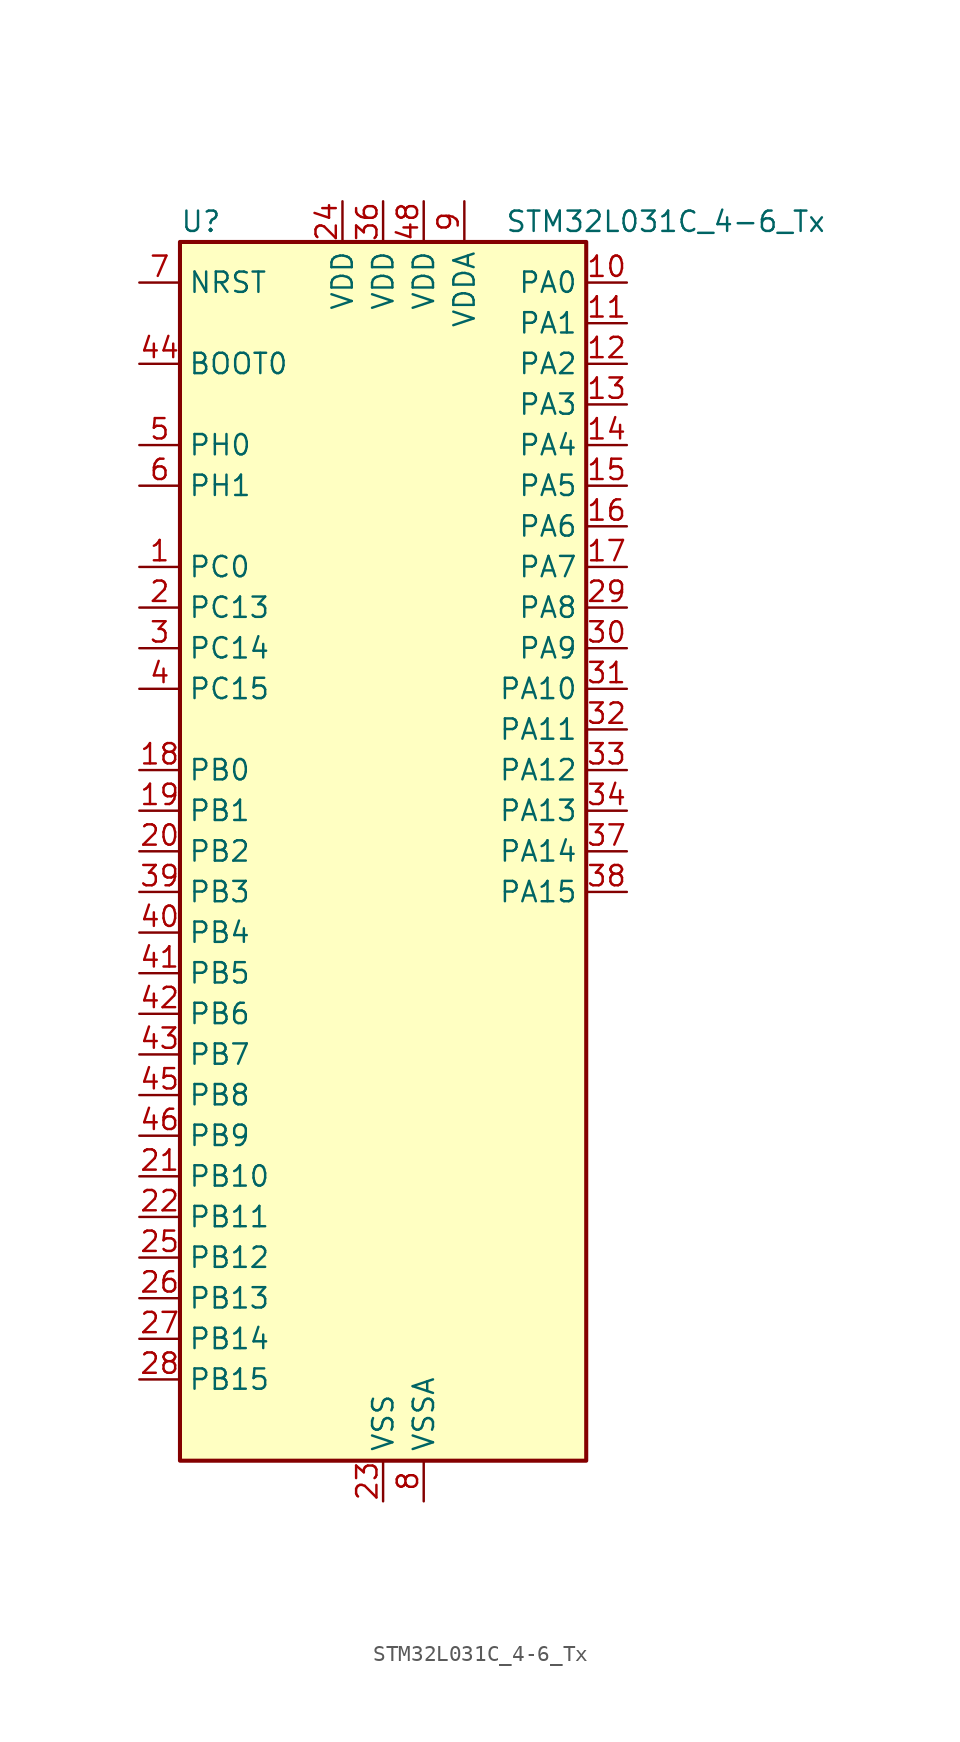
<source format=kicad_sym>
(kicad_symbol_lib
  (version 20220914)
  (generator kicad_symbol_editor)
  (symbol "STM32L031C_4-6_Tx"
    (property "Reference" "U"
      (at -12.7 39.37 0)
      (effects (font (size 1.27 1.27)) (justify left)))
    (property "Value" "STM32L031C_4-6_Tx"
      (at 7.62 39.37 0)
      (effects (font (size 1.27 1.27)) (justify left)))
    (property "ki_locked" ""
      (at 0 0 0)
      (effects (font (size 1.27 1.27))))
    (symbol "STM32L031C_4-6_Tx_0_1"
      (rectangle (start -12.7 -38.1) (end 12.7 38.1) (stroke (width 0.254) (type default)) (fill (type background))))
    (symbol "STM32L031C_4-6_Tx_1_1"
      (pin bidirectional line (at -15.24 17.78 0) (length 2.54) (name "PC0" (effects (font (size 1.27 1.27)))) (number "1" (effects (font (size 1.27 1.27)))) (alternate "LPTIM1_IN1" bidirectional line) (alternate "LPUART1_RX" bidirectional line))
      (pin bidirectional line (at 15.24 35.56 180) (length 2.54) (name "PA0" (effects (font (size 1.27 1.27)))) (number "10" (effects (font (size 1.27 1.27)))) (alternate "ADC_IN0" bidirectional line) (alternate "COMP1_INM" bidirectional line) (alternate "COMP1_OUT" bidirectional line) (alternate "LPTIM1_IN1" bidirectional line) (alternate "RTC_TAMP2" bidirectional line) (alternate "SYS_WKUP1" bidirectional line) (alternate "TIM2_CH1" bidirectional line) (alternate "TIM2_ETR" bidirectional line) (alternate "USART2_CTS" bidirectional line))
      (pin bidirectional line (at 15.24 33.02 180) (length 2.54) (name "PA1" (effects (font (size 1.27 1.27)))) (number "11" (effects (font (size 1.27 1.27)))) (alternate "ADC_IN1" bidirectional line) (alternate "COMP1_INP" bidirectional line) (alternate "I2C1_SMBA" bidirectional line) (alternate "LPTIM1_IN2" bidirectional line) (alternate "TIM21_ETR" bidirectional line) (alternate "TIM2_CH2" bidirectional line) (alternate "USART2_DE" bidirectional line) (alternate "USART2_RTS" bidirectional line))
      (pin bidirectional line (at 15.24 30.48 180) (length 2.54) (name "PA2" (effects (font (size 1.27 1.27)))) (number "12" (effects (font (size 1.27 1.27)))) (alternate "ADC_IN2" bidirectional line) (alternate "COMP2_INM" bidirectional line) (alternate "COMP2_OUT" bidirectional line) (alternate "LPUART1_TX" bidirectional line) (alternate "RTC_OUT_ALARM" bidirectional line) (alternate "RTC_OUT_CALIB" bidirectional line) (alternate "RTC_TAMP3" bidirectional line) (alternate "RTC_TS" bidirectional line) (alternate "SYS_WKUP3" bidirectional line) (alternate "TIM21_CH1" bidirectional line) (alternate "TIM2_CH3" bidirectional line) (alternate "USART2_TX" bidirectional line))
      (pin bidirectional line (at 15.24 27.94 180) (length 2.54) (name "PA3" (effects (font (size 1.27 1.27)))) (number "13" (effects (font (size 1.27 1.27)))) (alternate "ADC_IN3" bidirectional line) (alternate "COMP2_INP" bidirectional line) (alternate "LPUART1_RX" bidirectional line) (alternate "TIM21_CH2" bidirectional line) (alternate "TIM2_CH4" bidirectional line) (alternate "USART2_RX" bidirectional line))
      (pin bidirectional line (at 15.24 25.4 180) (length 2.54) (name "PA4" (effects (font (size 1.27 1.27)))) (number "14" (effects (font (size 1.27 1.27)))) (alternate "ADC_IN4" bidirectional line) (alternate "COMP1_INM" bidirectional line) (alternate "COMP2_INM" bidirectional line) (alternate "LPTIM1_IN1" bidirectional line) (alternate "SPI1_NSS" bidirectional line) (alternate "TIM22_ETR" bidirectional line) (alternate "USART2_CK" bidirectional line))
      (pin bidirectional line (at 15.24 22.86 180) (length 2.54) (name "PA5" (effects (font (size 1.27 1.27)))) (number "15" (effects (font (size 1.27 1.27)))) (alternate "ADC_IN5" bidirectional line) (alternate "COMP1_INM" bidirectional line) (alternate "COMP2_INM" bidirectional line) (alternate "LPTIM1_IN2" bidirectional line) (alternate "SPI1_SCK" bidirectional line) (alternate "TIM2_CH1" bidirectional line) (alternate "TIM2_ETR" bidirectional line))
      (pin bidirectional line (at 15.24 20.32 180) (length 2.54) (name "PA6" (effects (font (size 1.27 1.27)))) (number "16" (effects (font (size 1.27 1.27)))) (alternate "ADC_IN6" bidirectional line) (alternate "COMP1_OUT" bidirectional line) (alternate "LPTIM1_ETR" bidirectional line) (alternate "LPUART1_CTS" bidirectional line) (alternate "SPI1_MISO" bidirectional line) (alternate "TIM22_CH1" bidirectional line))
      (pin bidirectional line (at 15.24 17.78 180) (length 2.54) (name "PA7" (effects (font (size 1.27 1.27)))) (number "17" (effects (font (size 1.27 1.27)))) (alternate "ADC_IN7" bidirectional line) (alternate "COMP2_OUT" bidirectional line) (alternate "LPTIM1_OUT" bidirectional line) (alternate "SPI1_MOSI" bidirectional line) (alternate "TIM22_CH2" bidirectional line) (alternate "USART2_CTS" bidirectional line))
      (pin bidirectional line (at -15.24 5.08 0) (length 2.54) (name "PB0" (effects (font (size 1.27 1.27)))) (number "18" (effects (font (size 1.27 1.27)))) (alternate "ADC_IN8" bidirectional line) (alternate "SPI1_MISO" bidirectional line) (alternate "SYS_VREF_OUT_PB0" bidirectional line) (alternate "TIM2_CH3" bidirectional line) (alternate "USART2_DE" bidirectional line) (alternate "USART2_RTS" bidirectional line))
      (pin bidirectional line (at -15.24 2.54 0) (length 2.54) (name "PB1" (effects (font (size 1.27 1.27)))) (number "19" (effects (font (size 1.27 1.27)))) (alternate "ADC_IN9" bidirectional line) (alternate "LPUART1_DE" bidirectional line) (alternate "LPUART1_RTS" bidirectional line) (alternate "SPI1_MOSI" bidirectional line) (alternate "SYS_VREF_OUT_PB1" bidirectional line) (alternate "TIM2_CH4" bidirectional line) (alternate "USART2_CK" bidirectional line))
      (pin bidirectional line (at -15.24 15.24 0) (length 2.54) (name "PC13" (effects (font (size 1.27 1.27)))) (number "2" (effects (font (size 1.27 1.27)))) (alternate "RTC_TAMP1" bidirectional line) (alternate "SYS_WKUP2" bidirectional line))
      (pin bidirectional line (at -15.24 0 0) (length 2.54) (name "PB2" (effects (font (size 1.27 1.27)))) (number "20" (effects (font (size 1.27 1.27)))) (alternate "LPTIM1_OUT" bidirectional line))
      (pin bidirectional line (at -15.24 -20.32 0) (length 2.54) (name "PB10" (effects (font (size 1.27 1.27)))) (number "21" (effects (font (size 1.27 1.27)))) (alternate "LPUART1_TX" bidirectional line) (alternate "TIM2_CH3" bidirectional line))
      (pin bidirectional line (at -15.24 -22.86 0) (length 2.54) (name "PB11" (effects (font (size 1.27 1.27)))) (number "22" (effects (font (size 1.27 1.27)))) (alternate "ADC_EXTI11" bidirectional line) (alternate "LPUART1_RX" bidirectional line) (alternate "TIM2_CH4" bidirectional line))
      (pin power_in line (at 0 -40.64 90) (length 2.54) (name "VSS" (effects (font (size 1.27 1.27)))) (number "23" (effects (font (size 1.27 1.27)))))
      (pin power_in line (at -2.54 40.64 270) (length 2.54) (name "VDD" (effects (font (size 1.27 1.27)))) (number "24" (effects (font (size 1.27 1.27)))))
      (pin bidirectional line (at -15.24 -25.4 0) (length 2.54) (name "PB12" (effects (font (size 1.27 1.27)))) (number "25" (effects (font (size 1.27 1.27)))) (alternate "SPI1_NSS" bidirectional line))
      (pin bidirectional line (at -15.24 -27.94 0) (length 2.54) (name "PB13" (effects (font (size 1.27 1.27)))) (number "26" (effects (font (size 1.27 1.27)))) (alternate "LPUART1_CTS" bidirectional line) (alternate "RCC_MCO" bidirectional line) (alternate "SPI1_SCK" bidirectional line) (alternate "TIM21_CH1" bidirectional line))
      (pin bidirectional line (at -15.24 -30.48 0) (length 2.54) (name "PB14" (effects (font (size 1.27 1.27)))) (number "27" (effects (font (size 1.27 1.27)))) (alternate "LPUART1_DE" bidirectional line) (alternate "LPUART1_RTS" bidirectional line) (alternate "RTC_OUT_ALARM" bidirectional line) (alternate "RTC_OUT_CALIB" bidirectional line) (alternate "SPI1_MISO" bidirectional line) (alternate "TIM21_CH2" bidirectional line))
      (pin bidirectional line (at -15.24 -33.02 0) (length 2.54) (name "PB15" (effects (font (size 1.27 1.27)))) (number "28" (effects (font (size 1.27 1.27)))) (alternate "RTC_REFIN" bidirectional line) (alternate "SPI1_MOSI" bidirectional line))
      (pin bidirectional line (at 15.24 15.24 180) (length 2.54) (name "PA8" (effects (font (size 1.27 1.27)))) (number "29" (effects (font (size 1.27 1.27)))) (alternate "LPTIM1_IN1" bidirectional line) (alternate "RCC_MCO" bidirectional line) (alternate "TIM2_CH1" bidirectional line) (alternate "USART2_CK" bidirectional line))
      (pin bidirectional line (at -15.24 12.7 0) (length 2.54) (name "PC14" (effects (font (size 1.27 1.27)))) (number "3" (effects (font (size 1.27 1.27)))) (alternate "RCC_OSC32_IN" bidirectional line))
      (pin bidirectional line (at 15.24 12.7 180) (length 2.54) (name "PA9" (effects (font (size 1.27 1.27)))) (number "30" (effects (font (size 1.27 1.27)))) (alternate "I2C1_SCL" bidirectional line) (alternate "RCC_MCO" bidirectional line) (alternate "TIM22_CH1" bidirectional line) (alternate "USART2_TX" bidirectional line))
      (pin bidirectional line (at 15.24 10.16 180) (length 2.54) (name "PA10" (effects (font (size 1.27 1.27)))) (number "31" (effects (font (size 1.27 1.27)))) (alternate "I2C1_SDA" bidirectional line) (alternate "TIM22_CH2" bidirectional line) (alternate "USART2_RX" bidirectional line))
      (pin bidirectional line (at 15.24 7.62 180) (length 2.54) (name "PA11" (effects (font (size 1.27 1.27)))) (number "32" (effects (font (size 1.27 1.27)))) (alternate "ADC_EXTI11" bidirectional line) (alternate "COMP1_OUT" bidirectional line) (alternate "SPI1_MISO" bidirectional line) (alternate "TIM21_CH2" bidirectional line) (alternate "USART2_CTS" bidirectional line))
      (pin bidirectional line (at 15.24 5.08 180) (length 2.54) (name "PA12" (effects (font (size 1.27 1.27)))) (number "33" (effects (font (size 1.27 1.27)))) (alternate "COMP2_OUT" bidirectional line) (alternate "SPI1_MOSI" bidirectional line) (alternate "USART2_DE" bidirectional line) (alternate "USART2_RTS" bidirectional line))
      (pin bidirectional line (at 15.24 2.54 180) (length 2.54) (name "PA13" (effects (font (size 1.27 1.27)))) (number "34" (effects (font (size 1.27 1.27)))) (alternate "LPTIM1_ETR" bidirectional line) (alternate "LPUART1_RX" bidirectional line) (alternate "SYS_SWDIO" bidirectional line))
      (pin passive line (at 0 -40.64 90) (length 2.54) hide (name "VSS" (effects (font (size 1.27 1.27)))) (number "35" (effects (font (size 1.27 1.27)))))
      (pin power_in line (at 0 40.64 270) (length 2.54) (name "VDD" (effects (font (size 1.27 1.27)))) (number "36" (effects (font (size 1.27 1.27)))))
      (pin bidirectional line (at 15.24 0 180) (length 2.54) (name "PA14" (effects (font (size 1.27 1.27)))) (number "37" (effects (font (size 1.27 1.27)))) (alternate "I2C1_SMBA" bidirectional line) (alternate "LPTIM1_OUT" bidirectional line) (alternate "LPUART1_TX" bidirectional line) (alternate "SYS_SWCLK" bidirectional line) (alternate "USART2_TX" bidirectional line))
      (pin bidirectional line (at 15.24 -2.54 180) (length 2.54) (name "PA15" (effects (font (size 1.27 1.27)))) (number "38" (effects (font (size 1.27 1.27)))) (alternate "SPI1_NSS" bidirectional line) (alternate "TIM2_CH1" bidirectional line) (alternate "TIM2_ETR" bidirectional line) (alternate "USART2_RX" bidirectional line))
      (pin bidirectional line (at -15.24 -2.54 0) (length 2.54) (name "PB3" (effects (font (size 1.27 1.27)))) (number "39" (effects (font (size 1.27 1.27)))) (alternate "COMP2_INM" bidirectional line) (alternate "SPI1_SCK" bidirectional line) (alternate "TIM2_CH2" bidirectional line))
      (pin bidirectional line (at -15.24 10.16 0) (length 2.54) (name "PC15" (effects (font (size 1.27 1.27)))) (number "4" (effects (font (size 1.27 1.27)))) (alternate "RCC_OSC32_OUT" bidirectional line))
      (pin bidirectional line (at -15.24 -5.08 0) (length 2.54) (name "PB4" (effects (font (size 1.27 1.27)))) (number "40" (effects (font (size 1.27 1.27)))) (alternate "COMP2_INP" bidirectional line) (alternate "SPI1_MISO" bidirectional line) (alternate "TIM22_CH1" bidirectional line))
      (pin bidirectional line (at -15.24 -7.62 0) (length 2.54) (name "PB5" (effects (font (size 1.27 1.27)))) (number "41" (effects (font (size 1.27 1.27)))) (alternate "COMP2_INP" bidirectional line) (alternate "I2C1_SMBA" bidirectional line) (alternate "LPTIM1_IN1" bidirectional line) (alternate "SPI1_MOSI" bidirectional line) (alternate "TIM22_CH2" bidirectional line))
      (pin bidirectional line (at -15.24 -10.16 0) (length 2.54) (name "PB6" (effects (font (size 1.27 1.27)))) (number "42" (effects (font (size 1.27 1.27)))) (alternate "COMP2_INP" bidirectional line) (alternate "I2C1_SCL" bidirectional line) (alternate "LPTIM1_ETR" bidirectional line) (alternate "TIM21_CH1" bidirectional line) (alternate "USART2_TX" bidirectional line))
      (pin bidirectional line (at -15.24 -12.7 0) (length 2.54) (name "PB7" (effects (font (size 1.27 1.27)))) (number "43" (effects (font (size 1.27 1.27)))) (alternate "COMP2_INP" bidirectional line) (alternate "I2C1_SDA" bidirectional line) (alternate "LPTIM1_IN2" bidirectional line) (alternate "SYS_PVD_IN" bidirectional line) (alternate "USART2_RX" bidirectional line))
      (pin input line (at -15.24 30.48 0) (length 2.54) (name "BOOT0" (effects (font (size 1.27 1.27)))) (number "44" (effects (font (size 1.27 1.27)))))
      (pin bidirectional line (at -15.24 -15.24 0) (length 2.54) (name "PB8" (effects (font (size 1.27 1.27)))) (number "45" (effects (font (size 1.27 1.27)))) (alternate "I2C1_SCL" bidirectional line))
      (pin bidirectional line (at -15.24 -17.78 0) (length 2.54) (name "PB9" (effects (font (size 1.27 1.27)))) (number "46" (effects (font (size 1.27 1.27)))) (alternate "I2C1_SDA" bidirectional line))
      (pin passive line (at 0 -40.64 90) (length 2.54) hide (name "VSS" (effects (font (size 1.27 1.27)))) (number "47" (effects (font (size 1.27 1.27)))))
      (pin power_in line (at 2.54 40.64 270) (length 2.54) (name "VDD" (effects (font (size 1.27 1.27)))) (number "48" (effects (font (size 1.27 1.27)))))
      (pin bidirectional line (at -15.24 25.4 0) (length 2.54) (name "PH0" (effects (font (size 1.27 1.27)))) (number "5" (effects (font (size 1.27 1.27)))) (alternate "RCC_OSC_IN" bidirectional line))
      (pin bidirectional line (at -15.24 22.86 0) (length 2.54) (name "PH1" (effects (font (size 1.27 1.27)))) (number "6" (effects (font (size 1.27 1.27)))) (alternate "RCC_OSC_OUT" bidirectional line))
      (pin input line (at -15.24 35.56 0) (length 2.54) (name "NRST" (effects (font (size 1.27 1.27)))) (number "7" (effects (font (size 1.27 1.27)))))
      (pin power_in line (at 2.54 -40.64 90) (length 2.54) (name "VSSA" (effects (font (size 1.27 1.27)))) (number "8" (effects (font (size 1.27 1.27)))))
      (pin power_in line (at 5.08 40.64 270) (length 2.54) (name "VDDA" (effects (font (size 1.27 1.27)))) (number "9" (effects (font (size 1.27 1.27))))))))
</source>
